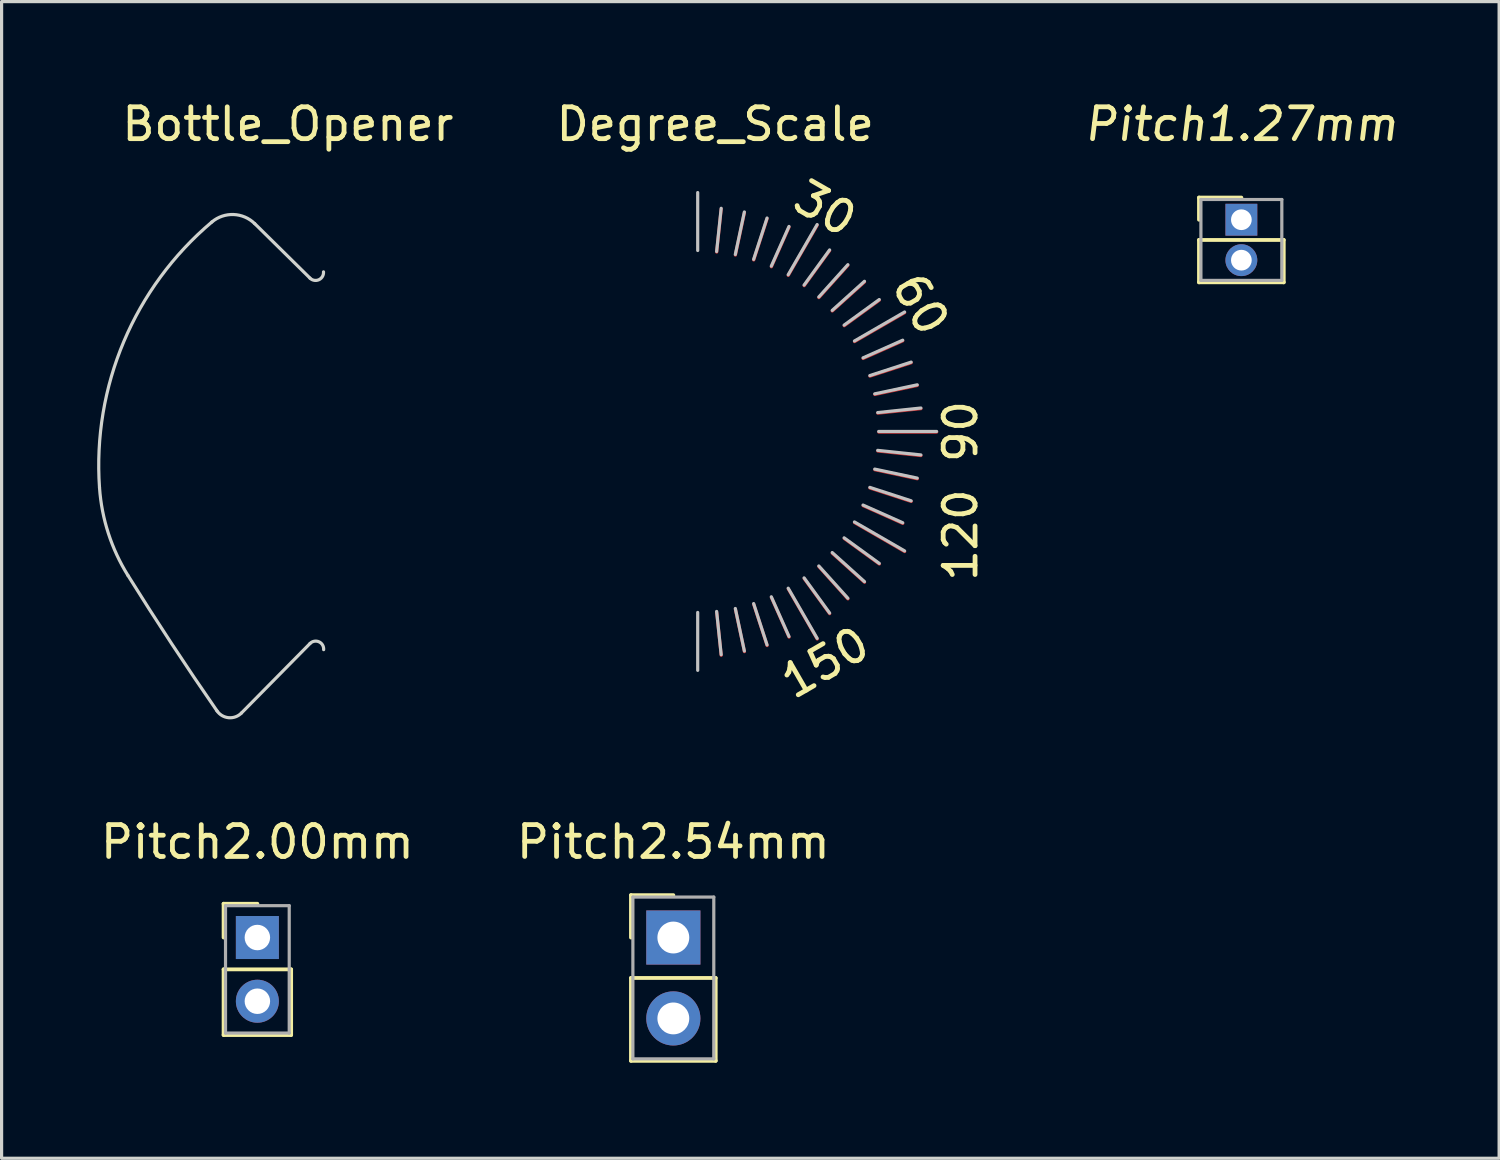
<source format=kicad_pcb>
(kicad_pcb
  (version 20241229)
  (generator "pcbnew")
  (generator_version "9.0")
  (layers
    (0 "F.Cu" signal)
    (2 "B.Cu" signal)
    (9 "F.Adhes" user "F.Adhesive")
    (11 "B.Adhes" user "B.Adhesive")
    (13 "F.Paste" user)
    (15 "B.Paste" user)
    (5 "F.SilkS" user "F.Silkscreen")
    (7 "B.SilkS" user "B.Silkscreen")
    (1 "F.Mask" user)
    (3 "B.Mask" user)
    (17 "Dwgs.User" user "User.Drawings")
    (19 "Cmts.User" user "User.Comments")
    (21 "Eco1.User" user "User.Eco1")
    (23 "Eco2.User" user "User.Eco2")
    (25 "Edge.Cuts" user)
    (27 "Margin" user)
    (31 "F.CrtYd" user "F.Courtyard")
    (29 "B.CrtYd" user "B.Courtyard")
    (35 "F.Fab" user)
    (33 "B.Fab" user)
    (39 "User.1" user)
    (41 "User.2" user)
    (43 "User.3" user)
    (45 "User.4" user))
  (footprint "Bottle_Opener"
    (layer "F.Cu")
    (at 7.089 5.473)
    (property "Reference" "Bottle_Opener" (at -1.1 -4.625 0) (layer "F.SilkS") (effects (font (size 1 1) (thickness 0.15))))
    (attr through_hole)
    (fp_line (start -2.559 13.862) (end -0.406 11.679) (stroke (width 0.1) (type solid)) (layer "Edge.Cuts"))
    (fp_line (start -0.407 0.209) (end -2.141 -1.501) (stroke (width 0.1) (type solid)) (layer "Edge.Cuts"))
    (fp_arc (start -7.014797 6.790892) (mid -6.250438 2.196582) (end -3.488029 -1.553222) (stroke (width 0.1) (type solid)) (layer "Edge.Cuts"))
    (fp_arc (start -6.121308 9.544179) (mid -6.736578 8.222225) (end -7.014797 6.790892) (stroke (width 0.1) (type solid)) (layer "Edge.Cuts"))
    (fp_arc (start -3.48803 -1.553223) (mid -2.804478 -1.78795) (end -2.141269 -1.500734) (stroke (width 0.1) (type solid)) (layer "Edge.Cuts"))
    (fp_arc (start -3.32578 13.79576) (mid -4.749302 11.686906) (end -6.121308 9.544179) (stroke (width 0.1) (type solid)) (layer "Edge.Cuts"))
    (fp_arc (start -2.558766 13.862091) (mid -2.957859 14.009157) (end -3.32578 13.795761) (stroke (width 0.1) (type solid)) (layer "Edge.Cuts"))
    (fp_arc (start -0.405518 11.678567) (mid -0.124175 11.626462) (end 0.021806 11.872548) (stroke (width 0.1) (type solid)) (layer "Edge.Cuts"))
    (fp_arc (start 0.017547 0.012096) (mid -0.126482 0.257998) (end -0.407256 0.209235) (stroke (width 0.1) (type solid)) (layer "Edge.Cuts")))
  (footprint "Pitch1.27mm"
    (layer "F.Cu")
    (at 35.922 3.848)
    (property "Reference" "Pitch1.27mm" (at 0 -3 0) (layer "F.SilkS") (effects (font (size 1 1) (thickness 0.15) (italic yes))))
    (attr through_hole)
    (fp_line (start -1.33 -0.695) (end 0 -0.695) (stroke (width 0.12) (type solid)) (layer "F.SilkS"))
    (fp_line (start -1.33 0) (end -1.33 -0.695) (stroke (width 0.12) (type solid)) (layer "F.SilkS"))
    (fp_line (start -1.33 0.635) (end -1.33 1.965) (stroke (width 0.12) (type solid)) (layer "F.SilkS"))
    (fp_line (start -1.33 1.965) (end 1.33 1.965) (stroke (width 0.12) (type solid)) (layer "F.SilkS"))
    (fp_line (start 1.33 0.635) (end -1.33 0.635) (stroke (width 0.12) (type solid)) (layer "F.SilkS"))
    (fp_line (start 1.33 1.965) (end 1.33 0.635) (stroke (width 0.12) (type solid)) (layer "F.SilkS"))
    (fp_line (start -1.27 -0.635) (end -1.27 1.905) (stroke (width 0.1) (type solid)) (layer "F.Fab"))
    (fp_line (start -1.27 1.905) (end 1.27 1.905) (stroke (width 0.1) (type solid)) (layer "F.Fab"))
    (fp_line (start 1.27 -0.635) (end -1.27 -0.635) (stroke (width 0.1) (type solid)) (layer "F.Fab"))
    (fp_line (start 1.27 1.905) (end 1.27 -0.635) (stroke (width 0.1) (type solid)) (layer "F.Fab"))
    (pad "1" thru_hole rect (at 0 0) (size 1 1) (drill 0.65) (layers "*.Cu" "*.Mask"))
    (pad "2" thru_hole oval (at 0 1.27) (size 1 1) (drill 0.65) (layers "*.Cu" "*.Mask")))
  (footprint "Pitch2.54mm"
    (layer "F.Cu")
    (at 18.089 26.383)
    (property "Reference" "Pitch2.54mm" (at 0 -3 0) (layer "F.SilkS") (effects (font (size 1 1) (thickness 0.15))))
    (attr through_hole)
    (fp_line (start -1.33 -1.33) (end 0 -1.33) (stroke (width 0.12) (type solid)) (layer "F.SilkS"))
    (fp_line (start -1.33 0) (end -1.33 -1.33) (stroke (width 0.12) (type solid)) (layer "F.SilkS"))
    (fp_line (start -1.33 1.27) (end -1.33 3.87) (stroke (width 0.12) (type solid)) (layer "F.SilkS"))
    (fp_line (start -1.33 3.87) (end 1.33 3.87) (stroke (width 0.12) (type solid)) (layer "F.SilkS"))
    (fp_line (start 1.33 1.27) (end -1.33 1.27) (stroke (width 0.12) (type solid)) (layer "F.SilkS"))
    (fp_line (start 1.33 3.87) (end 1.33 1.27) (stroke (width 0.12) (type solid)) (layer "F.SilkS"))
    (fp_line (start -1.27 -1.27) (end -1.27 3.81) (stroke (width 0.1) (type solid)) (layer "F.Fab"))
    (fp_line (start -1.27 3.81) (end 1.27 3.81) (stroke (width 0.1) (type solid)) (layer "F.Fab"))
    (fp_line (start 1.27 -1.27) (end -1.27 -1.27) (stroke (width 0.1) (type solid)) (layer "F.Fab"))
    (fp_line (start 1.27 3.81) (end 1.27 -1.27) (stroke (width 0.1) (type solid)) (layer "F.Fab"))
    (pad "1" thru_hole rect (at 0 0) (size 1.7 1.7) (drill 1) (layers "*.Cu" "*.Mask"))
    (pad "2" thru_hole oval (at 0 2.54) (size 1.7 1.7) (drill 1) (layers "*.Cu" "*.Mask")))
  (footprint "Pitch2.00mm"
    (layer "F.Cu")
    (at 5.03 26.383)
    (property "Reference" "Pitch2.00mm" (at 0 -3 0) (layer "F.SilkS") (effects (font (size 1 1) (thickness 0.15))))
    (attr through_hole)
    (fp_line (start -1.06 -1.06) (end 0 -1.06) (stroke (width 0.12) (type solid)) (layer "F.SilkS"))
    (fp_line (start -1.06 0) (end -1.06 -1.06) (stroke (width 0.12) (type solid)) (layer "F.SilkS"))
    (fp_line (start -1.06 1) (end -1.06 3.06) (stroke (width 0.12) (type solid)) (layer "F.SilkS"))
    (fp_line (start -1.06 3.06) (end 1.06 3.06) (stroke (width 0.12) (type solid)) (layer "F.SilkS"))
    (fp_line (start 1.06 1) (end -1.06 1) (stroke (width 0.12) (type solid)) (layer "F.SilkS"))
    (fp_line (start 1.06 3.06) (end 1.06 1) (stroke (width 0.12) (type solid)) (layer "F.SilkS"))
    (fp_line (start -1 -1) (end -1 3) (stroke (width 0.1) (type solid)) (layer "F.Fab"))
    (fp_line (start -1 3) (end 1 3) (stroke (width 0.1) (type solid)) (layer "F.Fab"))
    (fp_line (start 1 -1) (end -1 -1) (stroke (width 0.1) (type solid)) (layer "F.Fab"))
    (fp_line (start 1 3) (end 1 -1) (stroke (width 0.1) (type solid)) (layer "F.Fab"))
    (pad "1" thru_hole rect (at 0 0) (size 1.35 1.35) (drill 0.8) (layers "*.Cu" "*.Mask"))
    (pad "2" thru_hole oval (at 0 2) (size 1.35 1.35) (drill 0.8) (layers "*.Cu" "*.Mask")))
  (footprint "Degree_Scale"
    (layer "F.Cu")
    (at 18.856 10.523)
    (property "Reference" "Degree_Scale" (at 0.55 -9.675 0) (layer "F.SilkS") (effects (font (size 1 1) (thickness 0.15))))
    (attr through_hole)
    (fp_line (start 0.594 -5.658) (end 0.736 -7.014) (stroke (width 0.1) (type solid)) (layer "F.Cu"))
    (fp_line (start 0.594 5.644) (end 0.736 7) (stroke (width 0.1) (type solid)) (layer "F.Cu"))
    (fp_line (start 1.181 -5.564) (end 1.465 -6.898) (stroke (width 0.1) (type solid)) (layer "F.Cu"))
    (fp_line (start 1.181 5.551) (end 1.465 6.885) (stroke (width 0.1) (type solid)) (layer "F.Cu"))
    (fp_line (start 1.756 -5.411) (end 2.177 -6.707) (stroke (width 0.1) (type solid)) (layer "F.Cu"))
    (fp_line (start 1.756 5.397) (end 2.177 6.694) (stroke (width 0.1) (type solid)) (layer "F.Cu"))
    (fp_line (start 2.311 -5.197) (end 2.866 -6.443) (stroke (width 0.1) (type solid)) (layer "F.Cu"))
    (fp_line (start 2.311 5.184) (end 2.866 6.43) (stroke (width 0.1) (type solid)) (layer "F.Cu"))
    (fp_line (start 2.841 -4.927) (end 3.75 -6.502) (stroke (width 0.1) (type solid)) (layer "F.Cu"))
    (fp_line (start 2.841 4.914) (end 3.75 6.488) (stroke (width 0.1) (type solid)) (layer "F.Cu"))
    (fp_line (start 3.34 -4.604) (end 4.141 -5.707) (stroke (width 0.1) (type solid)) (layer "F.Cu"))
    (fp_line (start 3.34 4.59) (end 4.141 5.693) (stroke (width 0.1) (type solid)) (layer "F.Cu"))
    (fp_line (start 3.802 -4.229) (end 4.714 -5.243) (stroke (width 0.1) (type solid)) (layer "F.Cu"))
    (fp_line (start 3.802 4.216) (end 4.714 5.229) (stroke (width 0.1) (type solid)) (layer "F.Cu"))
    (fp_line (start 4.222 -3.809) (end 5.236 -4.721) (stroke (width 0.1) (type solid)) (layer "F.Cu"))
    (fp_line (start 4.222 3.795) (end 5.236 4.707) (stroke (width 0.1) (type solid)) (layer "F.Cu"))
    (fp_line (start 4.597 -3.346) (end 5.7 -4.148) (stroke (width 0.1) (type solid)) (layer "F.Cu"))
    (fp_line (start 4.597 3.333) (end 5.7 4.134) (stroke (width 0.1) (type solid)) (layer "F.Cu"))
    (fp_line (start 4.921 -2.848) (end 6.495 -3.757) (stroke (width 0.1) (type solid)) (layer "F.Cu"))
    (fp_line (start 4.921 2.834) (end 6.495 3.743) (stroke (width 0.1) (type solid)) (layer "F.Cu"))
    (fp_line (start 5.191 -2.318) (end 6.436 -2.872) (stroke (width 0.1) (type solid)) (layer "F.Cu"))
    (fp_line (start 5.191 2.304) (end 6.436 2.859) (stroke (width 0.1) (type solid)) (layer "F.Cu"))
    (fp_line (start 5.404 -1.763) (end 6.701 -2.184) (stroke (width 0.1) (type solid)) (layer "F.Cu"))
    (fp_line (start 5.404 1.749) (end 6.701 2.17) (stroke (width 0.1) (type solid)) (layer "F.Cu"))
    (fp_line (start 5.558 -1.188) (end 6.892 -1.472) (stroke (width 0.1) (type solid)) (layer "F.Cu"))
    (fp_line (start 5.558 1.174) (end 6.892 1.458) (stroke (width 0.1) (type solid)) (layer "F.Cu"))
    (fp_line (start 5.651 -0.601) (end 7.007 -0.743) (stroke (width 0.1) (type solid)) (layer "F.Cu"))
    (fp_line (start 5.651 0.587) (end 7.007 0.73) (stroke (width 0.1) (type solid)) (layer "F.Cu"))
    (fp_line (start 5.682 -0.007) (end 7.5 -0.007) (stroke (width 0.1) (type solid)) (layer "F.Cu"))
    (fp_line (start 0.594 -5.658) (end 0.736 -7.014) (stroke (width 0.1) (type solid)) (layer "F.Mask"))
    (fp_line (start 0.594 5.644) (end 0.736 7) (stroke (width 0.1) (type solid)) (layer "F.Mask"))
    (fp_line (start 1.181 -5.564) (end 1.465 -6.898) (stroke (width 0.1) (type solid)) (layer "F.Mask"))
    (fp_line (start 1.181 5.551) (end 1.465 6.885) (stroke (width 0.1) (type solid)) (layer "F.Mask"))
    (fp_line (start 1.756 -5.411) (end 2.177 -6.707) (stroke (width 0.1) (type solid)) (layer "F.Mask"))
    (fp_line (start 1.756 5.397) (end 2.177 6.694) (stroke (width 0.1) (type solid)) (layer "F.Mask"))
    (fp_line (start 2.311 -5.197) (end 2.866 -6.443) (stroke (width 0.1) (type solid)) (layer "F.Mask"))
    (fp_line (start 2.311 5.184) (end 2.866 6.43) (stroke (width 0.1) (type solid)) (layer "F.Mask"))
    (fp_line (start 2.841 -4.927) (end 3.75 -6.502) (stroke (width 0.1) (type solid)) (layer "F.Mask"))
    (fp_line (start 2.841 4.914) (end 3.75 6.488) (stroke (width 0.1) (type solid)) (layer "F.Mask"))
    (fp_line (start 3.34 -4.604) (end 4.141 -5.707) (stroke (width 0.1) (type solid)) (layer "F.Mask"))
    (fp_line (start 3.34 4.59) (end 4.141 5.693) (stroke (width 0.1) (type solid)) (layer "F.Mask"))
    (fp_line (start 3.802 -4.229) (end 4.714 -5.243) (stroke (width 0.1) (type solid)) (layer "F.Mask"))
    (fp_line (start 3.802 4.216) (end 4.714 5.229) (stroke (width 0.1) (type solid)) (layer "F.Mask"))
    (fp_line (start 4.222 -3.809) (end 5.236 -4.721) (stroke (width 0.1) (type solid)) (layer "F.Mask"))
    (fp_line (start 4.222 3.795) (end 5.236 4.707) (stroke (width 0.1) (type solid)) (layer "F.Mask"))
    (fp_line (start 4.597 -3.346) (end 5.7 -4.148) (stroke (width 0.1) (type solid)) (layer "F.Mask"))
    (fp_line (start 4.597 3.333) (end 5.7 4.134) (stroke (width 0.1) (type solid)) (layer "F.Mask"))
    (fp_line (start 4.921 -2.848) (end 6.495 -3.757) (stroke (width 0.1) (type solid)) (layer "F.Mask"))
    (fp_line (start 4.921 2.834) (end 6.495 3.743) (stroke (width 0.1) (type solid)) (layer "F.Mask"))
    (fp_line (start 5.191 -2.318) (end 6.436 -2.872) (stroke (width 0.1) (type solid)) (layer "F.Mask"))
    (fp_line (start 5.191 2.304) (end 6.436 2.859) (stroke (width 0.1) (type solid)) (layer "F.Mask"))
    (fp_line (start 5.404 -1.763) (end 6.701 -2.184) (stroke (width 0.1) (type solid)) (layer "F.Mask"))
    (fp_line (start 5.404 1.749) (end 6.701 2.17) (stroke (width 0.1) (type solid)) (layer "F.Mask"))
    (fp_line (start 5.558 -1.188) (end 6.892 -1.472) (stroke (width 0.1) (type solid)) (layer "F.Mask"))
    (fp_line (start 5.558 1.174) (end 6.892 1.458) (stroke (width 0.1) (type solid)) (layer "F.Mask"))
    (fp_line (start 5.651 -0.601) (end 7.007 -0.743) (stroke (width 0.1) (type solid)) (layer "F.Mask"))
    (fp_line (start 5.651 0.587) (end 7.007 0.73) (stroke (width 0.1) (type solid)) (layer "F.Mask"))
    (fp_line (start 5.682 -0.007) (end 7.5 -0.007) (stroke (width 0.1) (type solid)) (layer "F.Mask"))
    (fp_line (start -0.002 -5.709) (end -0.002 -7.528) (stroke (width 0.1) (type solid)) (layer "Dwgs.User"))
    (fp_line (start -0.002 5.654) (end -0.002 7.472) (stroke (width 0.1) (type solid)) (layer "Dwgs.User"))
    (fp_line (start 0.592 -5.678) (end 0.735 -7.034) (stroke (width 0.1) (type solid)) (layer "Dwgs.User"))
    (fp_line (start 0.592 5.623) (end 0.735 6.979) (stroke (width 0.1) (type solid)) (layer "Dwgs.User"))
    (fp_line (start 1.179 -5.585) (end 1.463 -6.919) (stroke (width 0.1) (type solid)) (layer "Dwgs.User"))
    (fp_line (start 1.179 5.53) (end 1.463 6.864) (stroke (width 0.1) (type solid)) (layer "Dwgs.User"))
    (fp_line (start 1.754 -5.431) (end 2.175 -6.728) (stroke (width 0.1) (type solid)) (layer "Dwgs.User"))
    (fp_line (start 1.754 5.376) (end 2.175 6.673) (stroke (width 0.1) (type solid)) (layer "Dwgs.User"))
    (fp_line (start 2.309 -5.218) (end 2.864 -6.464) (stroke (width 0.1) (type solid)) (layer "Dwgs.User"))
    (fp_line (start 2.309 5.163) (end 2.864 6.409) (stroke (width 0.1) (type solid)) (layer "Dwgs.User"))
    (fp_line (start 2.839 -4.948) (end 3.748 -6.523) (stroke (width 0.1) (type solid)) (layer "Dwgs.User"))
    (fp_line (start 2.839 4.893) (end 3.748 6.468) (stroke (width 0.1) (type solid)) (layer "Dwgs.User"))
    (fp_line (start 3.338 -4.624) (end 4.139 -5.727) (stroke (width 0.1) (type solid)) (layer "Dwgs.User"))
    (fp_line (start 3.338 4.569) (end 4.139 5.672) (stroke (width 0.1) (type solid)) (layer "Dwgs.User"))
    (fp_line (start 3.8 -4.25) (end 4.712 -5.263) (stroke (width 0.1) (type solid)) (layer "Dwgs.User"))
    (fp_line (start 3.8 4.195) (end 4.712 5.208) (stroke (width 0.1) (type solid)) (layer "Dwgs.User"))
    (fp_line (start 4.221 -3.829) (end 5.234 -4.742) (stroke (width 0.1) (type solid)) (layer "Dwgs.User"))
    (fp_line (start 4.221 3.774) (end 5.234 4.687) (stroke (width 0.1) (type solid)) (layer "Dwgs.User"))
    (fp_line (start 4.595 -3.367) (end 5.698 -4.169) (stroke (width 0.1) (type solid)) (layer "Dwgs.User"))
    (fp_line (start 4.595 3.312) (end 5.698 4.114) (stroke (width 0.1) (type solid)) (layer "Dwgs.User"))
    (fp_line (start 4.919 -2.868) (end 6.493 -3.778) (stroke (width 0.1) (type solid)) (layer "Dwgs.User"))
    (fp_line (start 4.919 2.813) (end 6.493 3.722) (stroke (width 0.1) (type solid)) (layer "Dwgs.User"))
    (fp_line (start 5.189 -2.339) (end 6.434 -2.893) (stroke (width 0.1) (type solid)) (layer "Dwgs.User"))
    (fp_line (start 5.189 2.283) (end 6.434 2.838) (stroke (width 0.1) (type solid)) (layer "Dwgs.User"))
    (fp_line (start 5.402 -1.783) (end 6.699 -2.205) (stroke (width 0.1) (type solid)) (layer "Dwgs.User"))
    (fp_line (start 5.402 1.728) (end 6.699 2.15) (stroke (width 0.1) (type solid)) (layer "Dwgs.User"))
    (fp_line (start 5.556 -1.209) (end 6.89 -1.492) (stroke (width 0.1) (type solid)) (layer "Dwgs.User"))
    (fp_line (start 5.556 1.154) (end 6.89 1.437) (stroke (width 0.1) (type solid)) (layer "Dwgs.User"))
    (fp_line (start 5.649 -0.621) (end 7.005 -0.764) (stroke (width 0.1) (type solid)) (layer "Dwgs.User"))
    (fp_line (start 5.649 0.566) (end 7.005 0.709) (stroke (width 0.1) (type solid)) (layer "Dwgs.User"))
    (fp_line (start 5.68 -0.028) (end 7.498 -0.028) (stroke (width 0.1) (type solid)) (layer "Dwgs.User"))
    (fp_text user "60" (at 7 -4.025 300) (layer "F.SilkS") (effects (font (size 1 1) (thickness 0.15))))
    (fp_text user "150" (at 4 7.225 210) (layer "F.SilkS") (effects (font (size 1 1) (thickness 0.15))))
    (fp_text user "120" (at 8.25 3.225 270) (layer "F.SilkS") (effects (font (size 1 1) (thickness 0.15))))
    (fp_text user "30" (at 4 -7.025 330) (layer "F.SilkS") (effects (font (size 1 1) (thickness 0.15))))
    (fp_text user "90" (at 8.25 -0.025 270) (layer "F.SilkS") (effects (font (size 1 1) (thickness 0.15)))))
  (gr_rect
    (start -3 -3)
    (end 44.014 33.313)
    (stroke (width 0.1) (type default))
    (fill no)
    (layer "Edge.Cuts")))
</source>
